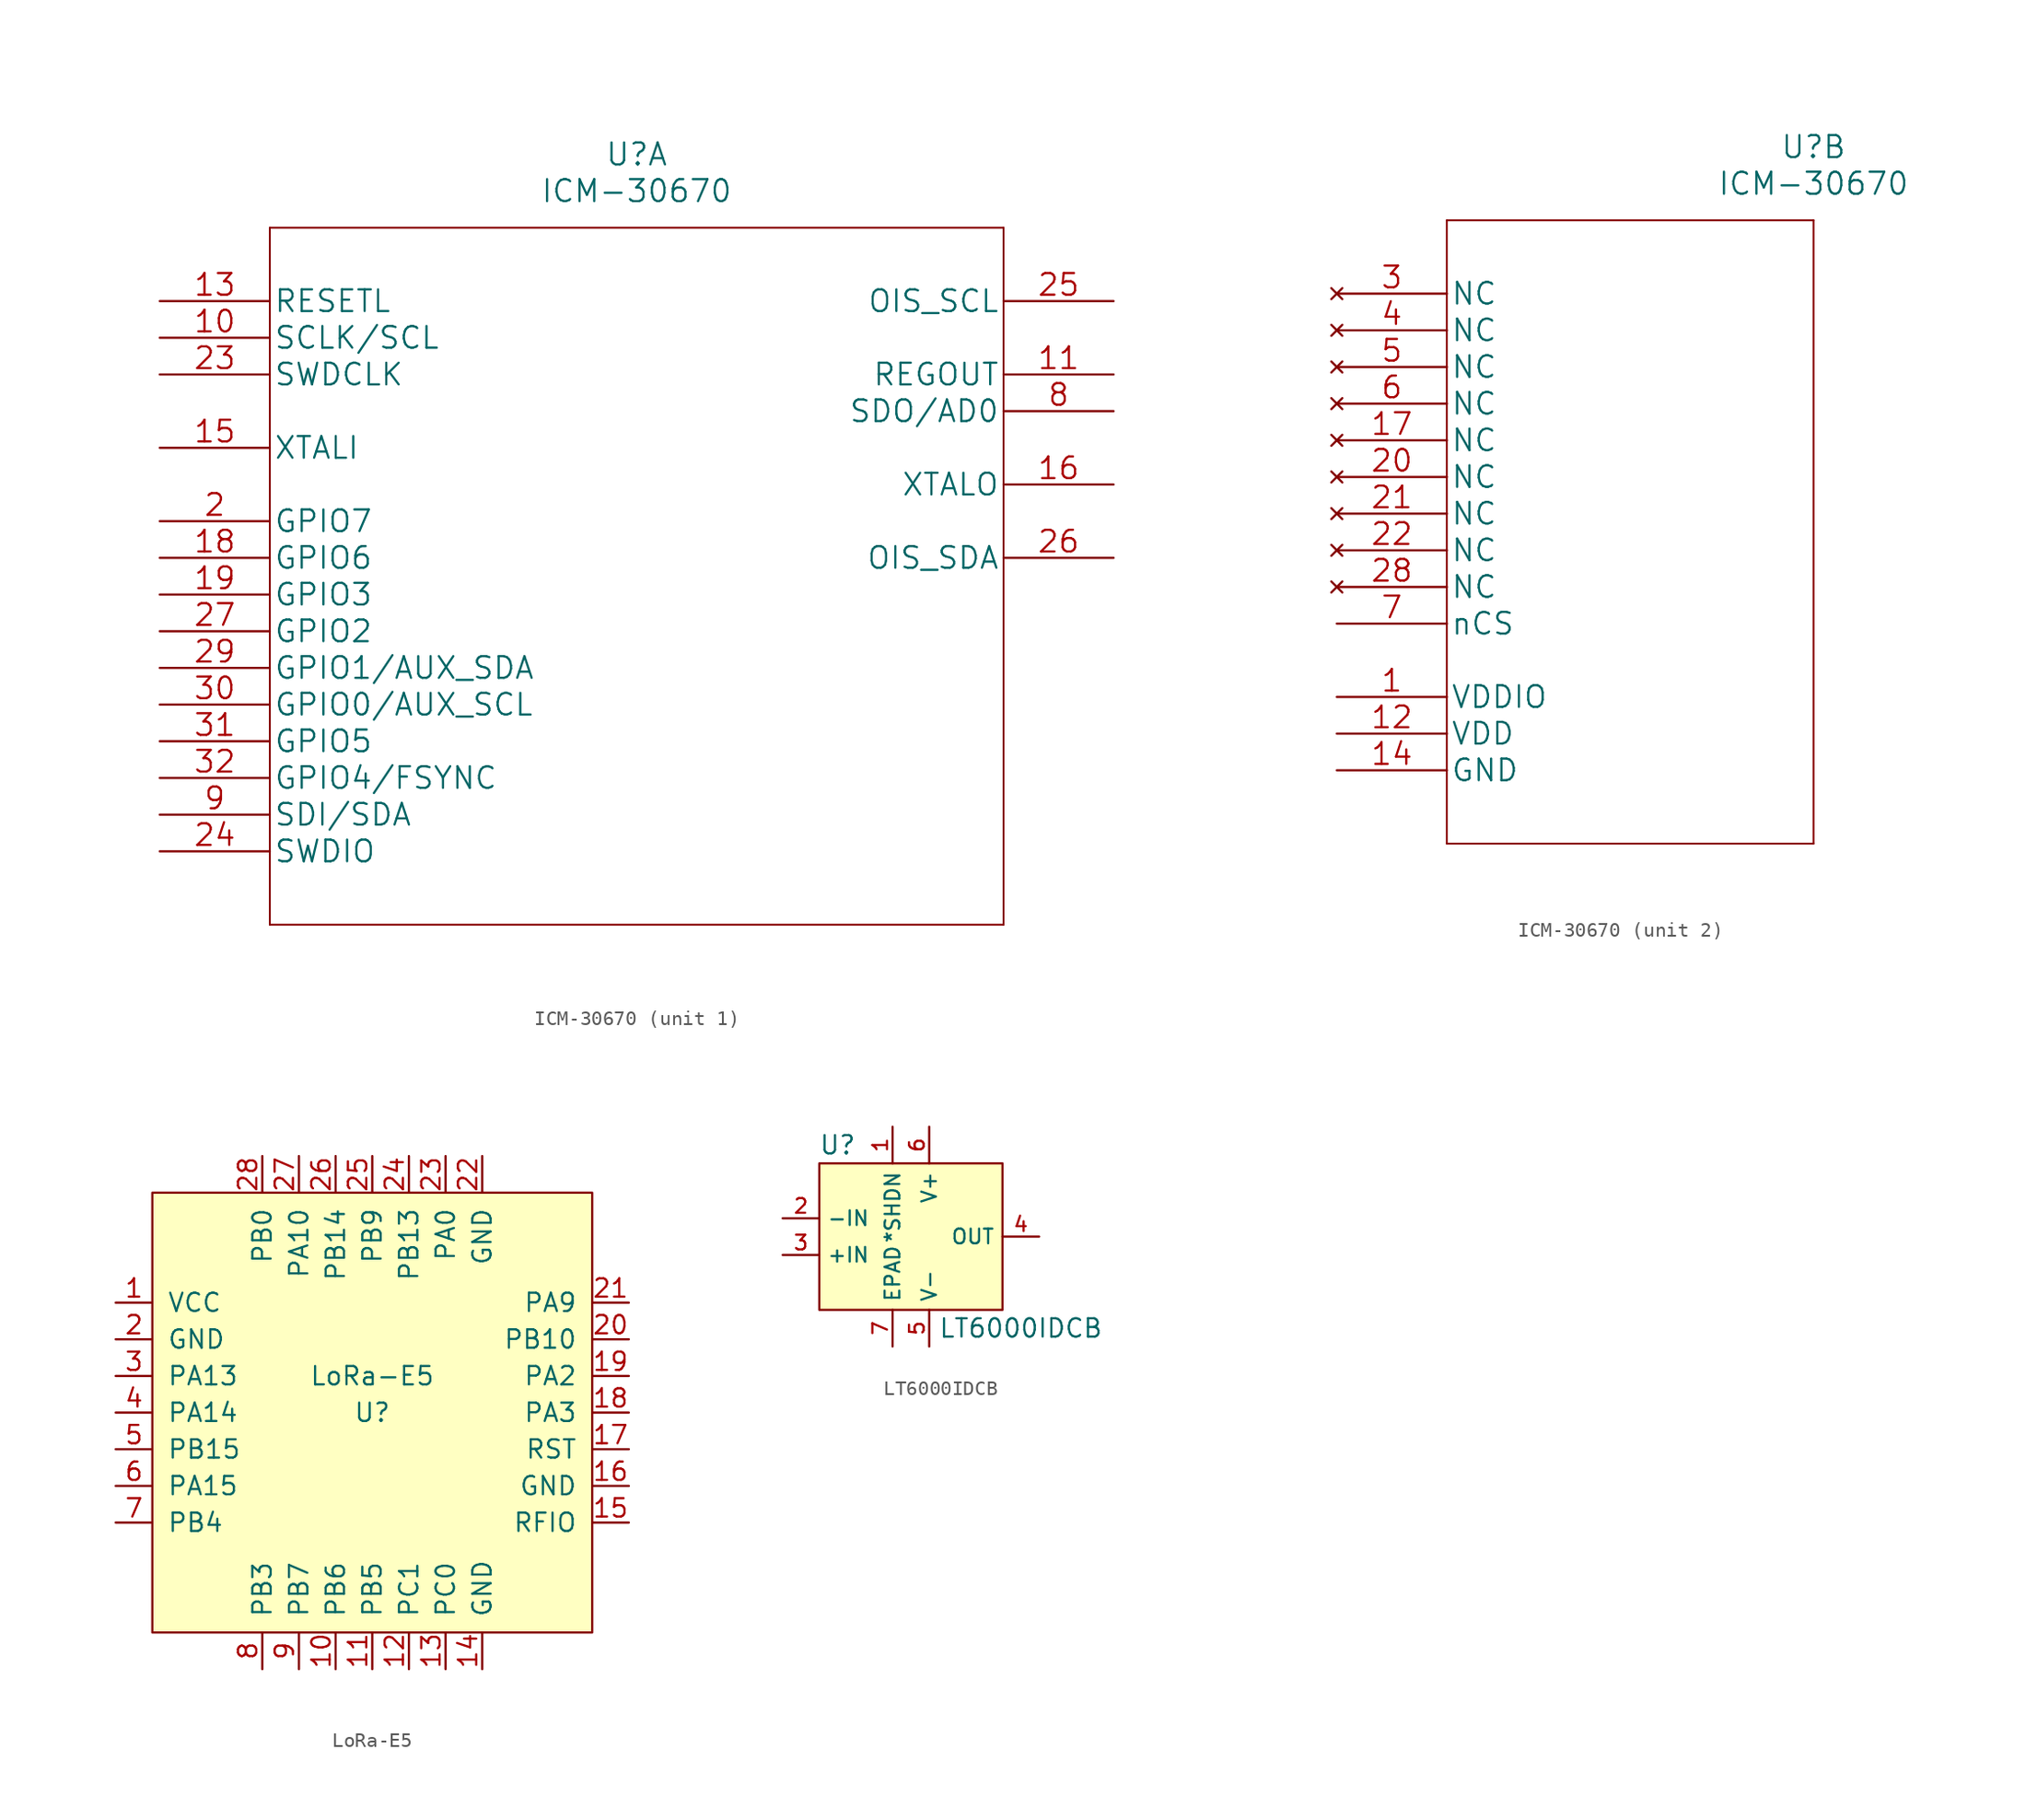
<source format=kicad_sym>
(kicad_symbol_lib
  (version 20220914)
  (generator kicad_symbol_editor)
  (symbol "ICM-30670"
    (pin_names
      (offset 0.254))
    (property "Reference" "U"
      (at 33.02 10.16 0)
      (effects (font (size 1.524 1.524))))
    (property "Value" "ICM-30670"
      (at 33.02 7.62 0)
      (effects (font (size 1.524 1.524))))
    (property "Datasheet" ""
      (at 0 0 0)
      (effects (font (size 1.524 1.524))))
    (property "ki_locked" ""
      (at 0 0 0)
      (effects (font (size 1.27 1.27))))
    (symbol "ICM-30670_1_1"
      (polyline (pts (xy 7.62 -43.18) (xy 58.42 -43.18)) (stroke (width 0.127) (type default)) (fill (type none)))
      (polyline (pts (xy 7.62 5.08) (xy 7.62 -43.18)) (stroke (width 0.127) (type default)) (fill (type none)))
      (polyline (pts (xy 58.42 -43.18) (xy 58.42 5.08)) (stroke (width 0.127) (type default)) (fill (type none)))
      (polyline (pts (xy 58.42 5.08) (xy 7.62 5.08)) (stroke (width 0.127) (type default)) (fill (type none)))
      (pin input line (at 0 -2.54 0) (length 7.62) (name "SCLK/SCL" (effects (font (size 1.499 1.499)))) (number "10" (effects (font (size 1.499 1.499)))))
      (pin output line (at 66.04 -5.08 180) (length 7.62) (name "REGOUT" (effects (font (size 1.499 1.499)))) (number "11" (effects (font (size 1.499 1.499)))))
      (pin input line (at 0 0 0) (length 7.62) (name "RESETL" (effects (font (size 1.499 1.499)))) (number "13" (effects (font (size 1.499 1.499)))))
      (pin input line (at 0 -10.16 0) (length 7.62) (name "XTALI" (effects (font (size 1.499 1.499)))) (number "15" (effects (font (size 1.499 1.499)))))
      (pin output line (at 66.04 -12.7 180) (length 7.62) (name "XTALO" (effects (font (size 1.499 1.499)))) (number "16" (effects (font (size 1.499 1.499)))))
      (pin bidirectional line (at 0 -17.78 0) (length 7.62) (name "GPIO6" (effects (font (size 1.499 1.499)))) (number "18" (effects (font (size 1.499 1.499)))))
      (pin bidirectional line (at 0 -20.32 0) (length 7.62) (name "GPIO3" (effects (font (size 1.499 1.499)))) (number "19" (effects (font (size 1.499 1.499)))))
      (pin bidirectional line (at 0 -15.24 0) (length 7.62) (name "GPIO7" (effects (font (size 1.499 1.499)))) (number "2" (effects (font (size 1.499 1.499)))))
      (pin input line (at 0 -5.08 0) (length 7.62) (name "SWDCLK" (effects (font (size 1.499 1.499)))) (number "23" (effects (font (size 1.499 1.499)))))
      (pin bidirectional line (at 0 -38.1 0) (length 7.62) (name "SWDIO" (effects (font (size 1.499 1.499)))) (number "24" (effects (font (size 1.499 1.499)))))
      (pin output line (at 66.04 0 180) (length 7.62) (name "OIS_SCL" (effects (font (size 1.499 1.499)))) (number "25" (effects (font (size 1.499 1.499)))))
      (pin bidirectional line (at 66.04 -17.78 180) (length 7.62) (name "OIS_SDA" (effects (font (size 1.499 1.499)))) (number "26" (effects (font (size 1.499 1.499)))))
      (pin bidirectional line (at 0 -22.86 0) (length 7.62) (name "GPIO2" (effects (font (size 1.499 1.499)))) (number "27" (effects (font (size 1.499 1.499)))))
      (pin bidirectional line (at 0 -25.4 0) (length 7.62) (name "GPIO1/AUX_SDA" (effects (font (size 1.499 1.499)))) (number "29" (effects (font (size 1.499 1.499)))))
      (pin bidirectional line (at 0 -27.94 0) (length 7.62) (name "GPIO0/AUX_SCL" (effects (font (size 1.499 1.499)))) (number "30" (effects (font (size 1.499 1.499)))))
      (pin bidirectional line (at 0 -30.48 0) (length 7.62) (name "GPIO5" (effects (font (size 1.499 1.499)))) (number "31" (effects (font (size 1.499 1.499)))))
      (pin bidirectional line (at 0 -33.02 0) (length 7.62) (name "GPIO4/FSYNC" (effects (font (size 1.499 1.499)))) (number "32" (effects (font (size 1.499 1.499)))))
      (pin output line (at 66.04 -7.62 180) (length 7.62) (name "SDO/AD0" (effects (font (size 1.499 1.499)))) (number "8" (effects (font (size 1.499 1.499)))))
      (pin bidirectional line (at 0 -35.56 0) (length 7.62) (name "SDI/SDA" (effects (font (size 1.499 1.499)))) (number "9" (effects (font (size 1.499 1.499))))))
    (symbol "ICM-30670_2_1"
      (polyline (pts (xy 7.62 -38.1) (xy 33.02 -38.1)) (stroke (width 0.127) (type default)) (fill (type none)))
      (polyline (pts (xy 7.62 5.08) (xy 7.62 -38.1)) (stroke (width 0.127) (type default)) (fill (type none)))
      (polyline (pts (xy 33.02 -38.1) (xy 33.02 5.08)) (stroke (width 0.127) (type default)) (fill (type none)))
      (polyline (pts (xy 33.02 5.08) (xy 7.62 5.08)) (stroke (width 0.127) (type default)) (fill (type none)))
      (pin power_in line (at 0 -27.94 0) (length 7.62) (name "VDDIO" (effects (font (size 1.499 1.499)))) (number "1" (effects (font (size 1.499 1.499)))))
      (pin power_in line (at 0 -30.48 0) (length 7.62) (name "VDD" (effects (font (size 1.499 1.499)))) (number "12" (effects (font (size 1.499 1.499)))))
      (pin power_in line (at 0 -33.02 0) (length 7.62) (name "GND" (effects (font (size 1.499 1.499)))) (number "14" (effects (font (size 1.499 1.499)))))
      (pin no_connect line (at 0 -10.16 0) (length 7.62) (name "NC" (effects (font (size 1.499 1.499)))) (number "17" (effects (font (size 1.499 1.499)))))
      (pin no_connect line (at 0 -12.7 0) (length 7.62) (name "NC" (effects (font (size 1.499 1.499)))) (number "20" (effects (font (size 1.499 1.499)))))
      (pin no_connect line (at 0 -15.24 0) (length 7.62) (name "NC" (effects (font (size 1.499 1.499)))) (number "21" (effects (font (size 1.499 1.499)))))
      (pin no_connect line (at 0 -17.78 0) (length 7.62) (name "NC" (effects (font (size 1.499 1.499)))) (number "22" (effects (font (size 1.499 1.499)))))
      (pin no_connect line (at 0 -20.32 0) (length 7.62) (name "NC" (effects (font (size 1.499 1.499)))) (number "28" (effects (font (size 1.499 1.499)))))
      (pin no_connect line (at 0 0 0) (length 7.62) (name "NC" (effects (font (size 1.499 1.499)))) (number "3" (effects (font (size 1.499 1.499)))))
      (pin no_connect line (at 0 -2.54 0) (length 7.62) (name "NC" (effects (font (size 1.499 1.499)))) (number "4" (effects (font (size 1.499 1.499)))))
      (pin no_connect line (at 0 -5.08 0) (length 7.62) (name "NC" (effects (font (size 1.499 1.499)))) (number "5" (effects (font (size 1.499 1.499)))))
      (pin no_connect line (at 0 -7.62 0) (length 7.62) (name "NC" (effects (font (size 1.499 1.499)))) (number "6" (effects (font (size 1.499 1.499)))))
      (pin input line (at 0 -22.86 0) (length 7.62) (name "nCS" (effects (font (size 1.499 1.499)))) (number "7" (effects (font (size 1.499 1.499)))))))
  (symbol "LoRa-E5"
    (pin_names
      (offset 1.016))
    (property "Reference" "U"
      (at 0 0 0)
      (effects (font (size 1.27 1.27))))
    (property "Value" "LoRa-E5"
      (at 0 2.54 0)
      (effects (font (size 1.27 1.27))))
    (symbol "LoRa-E5_0_1"
      (rectangle (start -15.24 15.24) (end 15.24 -15.24) (stroke (width 0) (type default)) (fill (type background))))
    (symbol "LoRa-E5_1_1"
      (pin input line (at -17.78 7.62 0) (length 2.54) (name "VCC" (effects (font (size 1.27 1.27)))) (number "1" (effects (font (size 1.27 1.27)))))
      (pin input line (at -2.54 -17.78 90) (length 2.54) (name "PB6" (effects (font (size 1.27 1.27)))) (number "10" (effects (font (size 1.27 1.27)))))
      (pin input line (at 0 -17.78 90) (length 2.54) (name "PB5" (effects (font (size 1.27 1.27)))) (number "11" (effects (font (size 1.27 1.27)))))
      (pin input line (at 2.54 -17.78 90) (length 2.54) (name "PC1" (effects (font (size 1.27 1.27)))) (number "12" (effects (font (size 1.27 1.27)))))
      (pin input line (at 5.08 -17.78 90) (length 2.54) (name "PC0" (effects (font (size 1.27 1.27)))) (number "13" (effects (font (size 1.27 1.27)))))
      (pin input line (at 7.62 -17.78 90) (length 2.54) (name "GND" (effects (font (size 1.27 1.27)))) (number "14" (effects (font (size 1.27 1.27)))))
      (pin input line (at 17.78 -7.62 180) (length 2.54) (name "RFIO" (effects (font (size 1.27 1.27)))) (number "15" (effects (font (size 1.27 1.27)))))
      (pin input line (at 17.78 -5.08 180) (length 2.54) (name "GND" (effects (font (size 1.27 1.27)))) (number "16" (effects (font (size 1.27 1.27)))))
      (pin input line (at 17.78 -2.54 180) (length 2.54) (name "RST" (effects (font (size 1.27 1.27)))) (number "17" (effects (font (size 1.27 1.27)))))
      (pin input line (at 17.78 0 180) (length 2.54) (name "PA3" (effects (font (size 1.27 1.27)))) (number "18" (effects (font (size 1.27 1.27)))))
      (pin input line (at 17.78 2.54 180) (length 2.54) (name "PA2" (effects (font (size 1.27 1.27)))) (number "19" (effects (font (size 1.27 1.27)))))
      (pin input line (at -17.78 5.08 0) (length 2.54) (name "GND" (effects (font (size 1.27 1.27)))) (number "2" (effects (font (size 1.27 1.27)))))
      (pin input line (at 17.78 5.08 180) (length 2.54) (name "PB10" (effects (font (size 1.27 1.27)))) (number "20" (effects (font (size 1.27 1.27)))))
      (pin input line (at 17.78 7.62 180) (length 2.54) (name "PA9" (effects (font (size 1.27 1.27)))) (number "21" (effects (font (size 1.27 1.27)))))
      (pin input line (at 7.62 17.78 270) (length 2.54) (name "GND" (effects (font (size 1.27 1.27)))) (number "22" (effects (font (size 1.27 1.27)))))
      (pin input line (at 5.08 17.78 270) (length 2.54) (name "PA0" (effects (font (size 1.27 1.27)))) (number "23" (effects (font (size 1.27 1.27)))))
      (pin input line (at 2.54 17.78 270) (length 2.54) (name "PB13~{}" (effects (font (size 1.27 1.27)))) (number "24" (effects (font (size 1.27 1.27)))))
      (pin input line (at 0 17.78 270) (length 2.54) (name "PB9" (effects (font (size 1.27 1.27)))) (number "25" (effects (font (size 1.27 1.27)))))
      (pin input line (at -2.54 17.78 270) (length 2.54) (name "PB14" (effects (font (size 1.27 1.27)))) (number "26" (effects (font (size 1.27 1.27)))))
      (pin input line (at -5.08 17.78 270) (length 2.54) (name "PA10" (effects (font (size 1.27 1.27)))) (number "27" (effects (font (size 1.27 1.27)))))
      (pin input line (at -7.62 17.78 270) (length 2.54) (name "PB0" (effects (font (size 1.27 1.27)))) (number "28" (effects (font (size 1.27 1.27)))))
      (pin input line (at -17.78 2.54 0) (length 2.54) (name "PA13" (effects (font (size 1.27 1.27)))) (number "3" (effects (font (size 1.27 1.27)))))
      (pin input line (at -17.78 0 0) (length 2.54) (name "PA14" (effects (font (size 1.27 1.27)))) (number "4" (effects (font (size 1.27 1.27)))))
      (pin input line (at -17.78 -2.54 0) (length 2.54) (name "PB15" (effects (font (size 1.27 1.27)))) (number "5" (effects (font (size 1.27 1.27)))))
      (pin input line (at -17.78 -5.08 0) (length 2.54) (name "PA15" (effects (font (size 1.27 1.27)))) (number "6" (effects (font (size 1.27 1.27)))))
      (pin input line (at -17.78 -7.62 0) (length 2.54) (name "PB4" (effects (font (size 1.27 1.27)))) (number "7" (effects (font (size 1.27 1.27)))))
      (pin input line (at -7.62 -17.78 90) (length 2.54) (name "PB3" (effects (font (size 1.27 1.27)))) (number "8" (effects (font (size 1.27 1.27)))))
      (pin input line (at -5.08 -17.78 90) (length 2.54) (name "PB7" (effects (font (size 1.27 1.27)))) (number "9" (effects (font (size 1.27 1.27)))))))
  (symbol "LT6000IDCB"
    (property "Reference" "U"
      (at -5.08 6.35 0)
      (effects (font (size 1.27 1.27))))
    (property "Value" "LT6000IDCB"
      (at 7.62 -6.35 0)
      (effects (font (size 1.27 1.27))))
    (symbol "LT6000IDCB_0_1"
      (rectangle (start -6.35 5.08) (end 6.35 -5.08) (stroke (width 0) (type default)) (fill (type background)))
      (pin unspecified line (at -1.27 7.62 270) (length 2.54) (name "*SHDN" (effects (font (size 1.016 1.016)))) (number "1" (effects (font (size 1.016 1.016)))))
      (pin input line (at -8.89 1.27 0) (length 2.54) (name "-IN" (effects (font (size 1.016 1.016)))) (number "2" (effects (font (size 1.016 1.016)))))
      (pin input line (at -8.89 -1.27 0) (length 2.54) (name "+IN" (effects (font (size 1.016 1.016)))) (number "3" (effects (font (size 1.016 1.016)))))
      (pin output line (at 8.89 0 180) (length 2.54) (name "OUT" (effects (font (size 1.016 1.016)))) (number "4" (effects (font (size 1.016 1.016)))))
      (pin power_in line (at 1.27 -7.62 90) (length 2.54) (name "V-" (effects (font (size 1.016 1.016)))) (number "5" (effects (font (size 1.016 1.016)))))
      (pin power_in line (at 1.27 7.62 270) (length 2.54) (name "V+" (effects (font (size 1.016 1.016)))) (number "6" (effects (font (size 1.016 1.016)))))
      (pin unspecified line (at -1.27 -7.62 90) (length 2.54) (name "EPAD" (effects (font (size 1.016 1.016)))) (number "7" (effects (font (size 1.016 1.016))))))))
</source>
